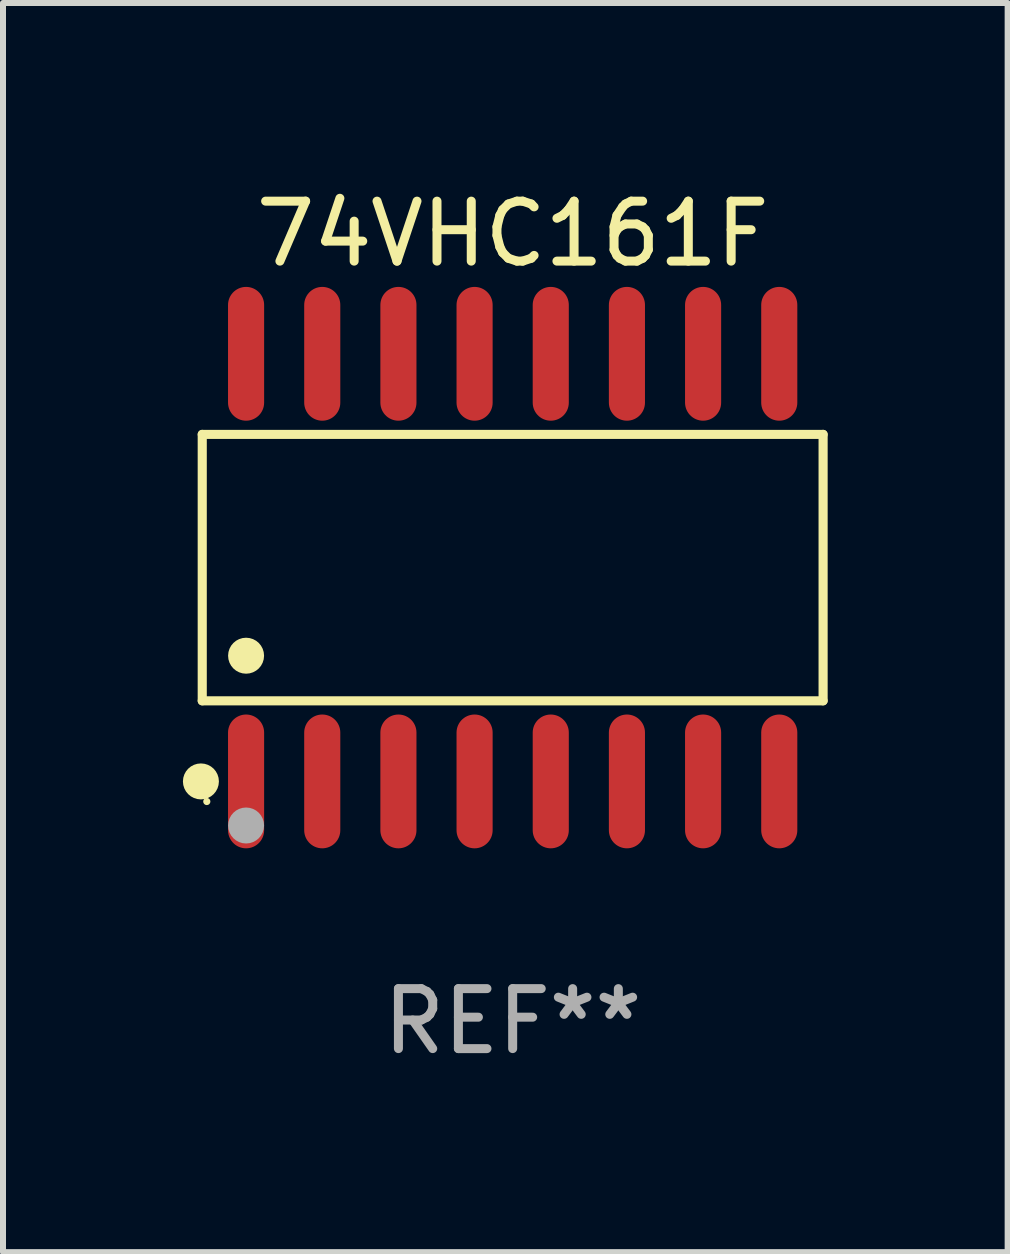
<source format=kicad_pcb>
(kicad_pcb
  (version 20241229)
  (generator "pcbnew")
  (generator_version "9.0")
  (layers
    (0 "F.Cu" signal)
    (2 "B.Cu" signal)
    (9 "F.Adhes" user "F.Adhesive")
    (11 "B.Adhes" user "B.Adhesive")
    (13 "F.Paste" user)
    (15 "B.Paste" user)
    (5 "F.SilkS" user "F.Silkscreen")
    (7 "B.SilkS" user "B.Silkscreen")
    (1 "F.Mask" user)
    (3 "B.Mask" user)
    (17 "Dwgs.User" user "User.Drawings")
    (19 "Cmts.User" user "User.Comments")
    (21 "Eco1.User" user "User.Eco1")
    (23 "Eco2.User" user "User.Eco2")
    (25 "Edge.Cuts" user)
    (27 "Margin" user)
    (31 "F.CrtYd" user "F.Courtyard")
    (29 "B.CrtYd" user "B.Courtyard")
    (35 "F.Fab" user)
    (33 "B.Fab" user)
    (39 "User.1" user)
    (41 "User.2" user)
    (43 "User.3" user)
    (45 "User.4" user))
  (footprint "74VHC161F"
    (layer "F.Cu")
    (at 5.498 6.414)
    (property "Reference" "74VHC161F" (at 0 -5.565 0) (layer "F.SilkS") (effects (font (size 1 1) (thickness 0.15))))
    (attr through_hole)
    (fp_line (start -5.176 -2.221) (end 5.176 -2.221) (stroke (width 0.152) (type solid)) (layer "F.SilkS"))
    (fp_line (start -5.176 2.221) (end -5.176 -2.221) (stroke (width 0.152) (type solid)) (layer "F.SilkS"))
    (fp_line (start 5.176 -2.221) (end 5.176 2.221) (stroke (width 0.152) (type solid)) (layer "F.SilkS"))
    (fp_line (start 5.176 2.221) (end -5.176 2.221) (stroke (width 0.152) (type solid)) (layer "F.SilkS"))
    (fp_circle (center -5.198 3.565) (end -5.048 3.565) (stroke (width 0.3) (type solid)) (fill no) (layer "F.SilkS"))
    (fp_circle (center -5.1 3.9) (end -5.07 3.9) (stroke (width 0.06) (type solid)) (fill no) (layer "F.SilkS"))
    (fp_circle (center -4.445 1.469) (end -4.295 1.469) (stroke (width 0.3) (type solid)) (fill no) (layer "F.SilkS"))
    (fp_circle (center -4.445 4.3) (end -4.295 4.3) (stroke (width 0.3) (type solid)) (fill no) (layer "F.Fab"))
    (fp_text user "REF**" (at 0 7.565 0) (layer "F.Fab") (effects (font (size 1 1) (thickness 0.15))))
    (pad "1" smd oval (at -4.445 3.565) (size 0.602 2.231) (layers "F.Cu" "F.Mask" "F.Paste"))
    (pad "2" smd oval (at -3.175 3.565) (size 0.602 2.231) (layers "F.Cu" "F.Mask" "F.Paste"))
    (pad "3" smd oval (at -1.905 3.565) (size 0.602 2.231) (layers "F.Cu" "F.Mask" "F.Paste"))
    (pad "4" smd oval (at -0.635 3.565) (size 0.602 2.231) (layers "F.Cu" "F.Mask" "F.Paste"))
    (pad "5" smd oval (at 0.635 3.565) (size 0.602 2.231) (layers "F.Cu" "F.Mask" "F.Paste"))
    (pad "6" smd oval (at 1.905 3.565) (size 0.602 2.231) (layers "F.Cu" "F.Mask" "F.Paste"))
    (pad "7" smd oval (at 3.175 3.565) (size 0.602 2.231) (layers "F.Cu" "F.Mask" "F.Paste"))
    (pad "8" smd oval (at 4.445 3.565) (size 0.602 2.231) (layers "F.Cu" "F.Mask" "F.Paste"))
    (pad "9" smd oval (at 4.445 -3.565) (size 0.602 2.231) (layers "F.Cu" "F.Mask" "F.Paste"))
    (pad "10" smd oval (at 3.175 -3.565) (size 0.602 2.231) (layers "F.Cu" "F.Mask" "F.Paste"))
    (pad "11" smd oval (at 1.905 -3.565) (size 0.602 2.231) (layers "F.Cu" "F.Mask" "F.Paste"))
    (pad "12" smd oval (at 0.635 -3.565) (size 0.602 2.231) (layers "F.Cu" "F.Mask" "F.Paste"))
    (pad "13" smd oval (at -0.635 -3.565) (size 0.602 2.231) (layers "F.Cu" "F.Mask" "F.Paste"))
    (pad "14" smd oval (at -1.905 -3.565) (size 0.602 2.231) (layers "F.Cu" "F.Mask" "F.Paste"))
    (pad "15" smd oval (at -3.175 -3.565) (size 0.602 2.231) (layers "F.Cu" "F.Mask" "F.Paste"))
    (pad "16" smd oval (at -4.445 -3.565) (size 0.602 2.231) (layers "F.Cu" "F.Mask" "F.Paste")))
  (gr_rect
    (start -3 -3)
    (end 13.751 17.827)
    (stroke (width 0.1) (type default))
    (fill no)
    (layer "Edge.Cuts")))
</source>
